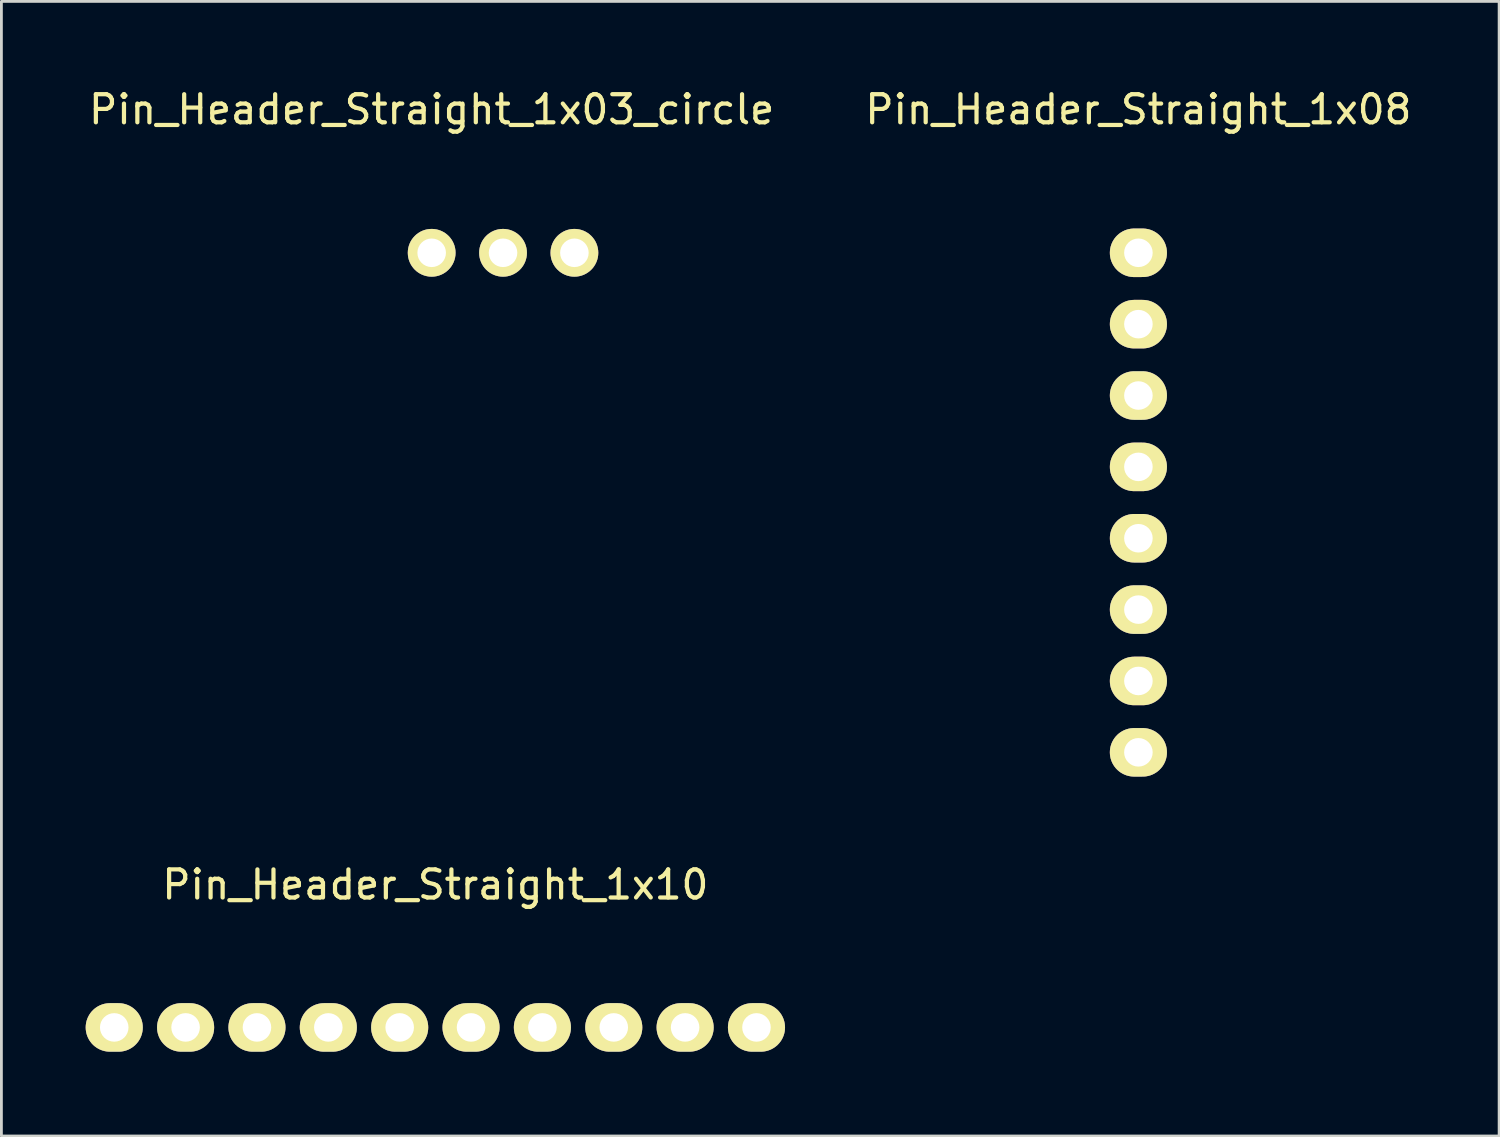
<source format=kicad_pcb>
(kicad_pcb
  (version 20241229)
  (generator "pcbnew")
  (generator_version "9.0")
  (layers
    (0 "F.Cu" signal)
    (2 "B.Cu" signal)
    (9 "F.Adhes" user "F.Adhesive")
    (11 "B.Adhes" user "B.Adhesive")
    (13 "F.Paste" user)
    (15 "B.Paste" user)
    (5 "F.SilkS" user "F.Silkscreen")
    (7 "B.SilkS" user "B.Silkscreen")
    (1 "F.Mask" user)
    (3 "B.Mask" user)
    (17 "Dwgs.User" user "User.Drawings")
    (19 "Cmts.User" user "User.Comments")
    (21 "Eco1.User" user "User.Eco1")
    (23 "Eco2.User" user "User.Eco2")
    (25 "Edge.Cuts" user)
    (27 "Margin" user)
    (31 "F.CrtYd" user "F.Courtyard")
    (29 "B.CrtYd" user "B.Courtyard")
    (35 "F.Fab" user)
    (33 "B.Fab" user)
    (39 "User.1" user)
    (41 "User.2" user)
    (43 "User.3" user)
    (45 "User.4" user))
  (footprint "Pin_Header_Straight_1x08"
    (layer "F.Cu")
    (at 37.47 5.948)
    (property "Reference" "Pin_Header_Straight_1x08" (at 0 -5.1 0) (layer "F.SilkS") (effects (font (size 1 1) (thickness 0.15))))
    (attr through_hole)
    (pad "1" thru_hole oval (at 0 0) (size 2.032 1.727) (drill 1.016) (layers "*.Cu" "*.Mask" "F.SilkS"))
    (pad "2" thru_hole oval (at 0 2.54) (size 2.032 1.727) (drill 1.016) (layers "*.Cu" "*.Mask" "F.SilkS"))
    (pad "3" thru_hole oval (at 0 5.08) (size 2.032 1.727) (drill 1.016) (layers "*.Cu" "*.Mask" "F.SilkS"))
    (pad "4" thru_hole oval (at 0 7.62) (size 2.032 1.727) (drill 1.016) (layers "*.Cu" "*.Mask" "F.SilkS"))
    (pad "5" thru_hole oval (at 0 10.16) (size 2.032 1.727) (drill 1.016) (layers "*.Cu" "*.Mask" "F.SilkS"))
    (pad "6" thru_hole oval (at 0 12.7) (size 2.032 1.727) (drill 1.016) (layers "*.Cu" "*.Mask" "F.SilkS"))
    (pad "7" thru_hole oval (at 0 15.24) (size 2.032 1.727) (drill 1.016) (layers "*.Cu" "*.Mask" "F.SilkS"))
    (pad "8" thru_hole oval (at 0 17.78) (size 2.032 1.727) (drill 1.016) (layers "*.Cu" "*.Mask" "F.SilkS")))
  (footprint "Pin_Header_Straight_1x03_circle"
    (layer "F.Cu")
    (at 12.315 5.948)
    (property "Reference" "Pin_Header_Straight_1x03_circle" (at 0 -5.1 0) (layer "F.SilkS") (effects (font (size 1 1) (thickness 0.15))))
    (attr through_hole)
    (pad "1" thru_hole circle (at 0 0) (size 1.7 1.7) (drill 1.016) (layers "*.Cu" "*.Mask" "F.SilkS"))
    (pad "2" thru_hole circle (at 2.54 0) (size 1.7 1.7) (drill 1.016) (layers "*.Cu" "*.Mask" "F.SilkS"))
    (pad "3" thru_hole circle (at 5.08 0) (size 1.7 1.7) (drill 1.016) (layers "*.Cu" "*.Mask" "F.SilkS")))
  (footprint "Pin_Header_Straight_1x10"
    (layer "F.Cu")
    (at 1.016 33.52)
    (property "Reference" "Pin_Header_Straight_1x10" (at 11.43 -5.08 0) (layer "F.SilkS") (effects (font (size 1 1) (thickness 0.15))))
    (attr through_hole)
    (pad "1" thru_hole oval (at 0 0) (size 2.032 1.727) (drill 1.016) (layers "*.Cu" "*.Mask" "F.SilkS"))
    (pad "2" thru_hole oval (at 2.54 0) (size 2.032 1.727) (drill 1.016) (layers "*.Cu" "*.Mask" "F.SilkS"))
    (pad "3" thru_hole oval (at 5.08 0) (size 2.032 1.727) (drill 1.016) (layers "*.Cu" "*.Mask" "F.SilkS"))
    (pad "4" thru_hole oval (at 7.62 0) (size 2.032 1.727) (drill 1.016) (layers "*.Cu" "*.Mask" "F.SilkS"))
    (pad "5" thru_hole oval (at 10.16 0) (size 2.032 1.727) (drill 1.016) (layers "*.Cu" "*.Mask" "F.SilkS"))
    (pad "6" thru_hole oval (at 12.7 0) (size 2.032 1.727) (drill 1.016) (layers "*.Cu" "*.Mask" "F.SilkS"))
    (pad "7" thru_hole oval (at 15.24 0) (size 2.032 1.727) (drill 1.016) (layers "*.Cu" "*.Mask" "F.SilkS"))
    (pad "8" thru_hole oval (at 17.78 0) (size 2.032 1.727) (drill 1.016) (layers "*.Cu" "*.Mask" "F.SilkS"))
    (pad "9" thru_hole oval (at 20.32 0) (size 2.032 1.727) (drill 1.016) (layers "*.Cu" "*.Mask" "F.SilkS"))
    (pad "10" thru_hole oval (at 22.86 0) (size 2.032 1.727) (drill 1.016) (layers "*.Cu" "*.Mask" "F.SilkS")))
  (gr_rect
    (start -3 -3)
    (end 50.31 37.384)
    (stroke (width 0.1) (type default))
    (fill no)
    (layer "Edge.Cuts")))
</source>
